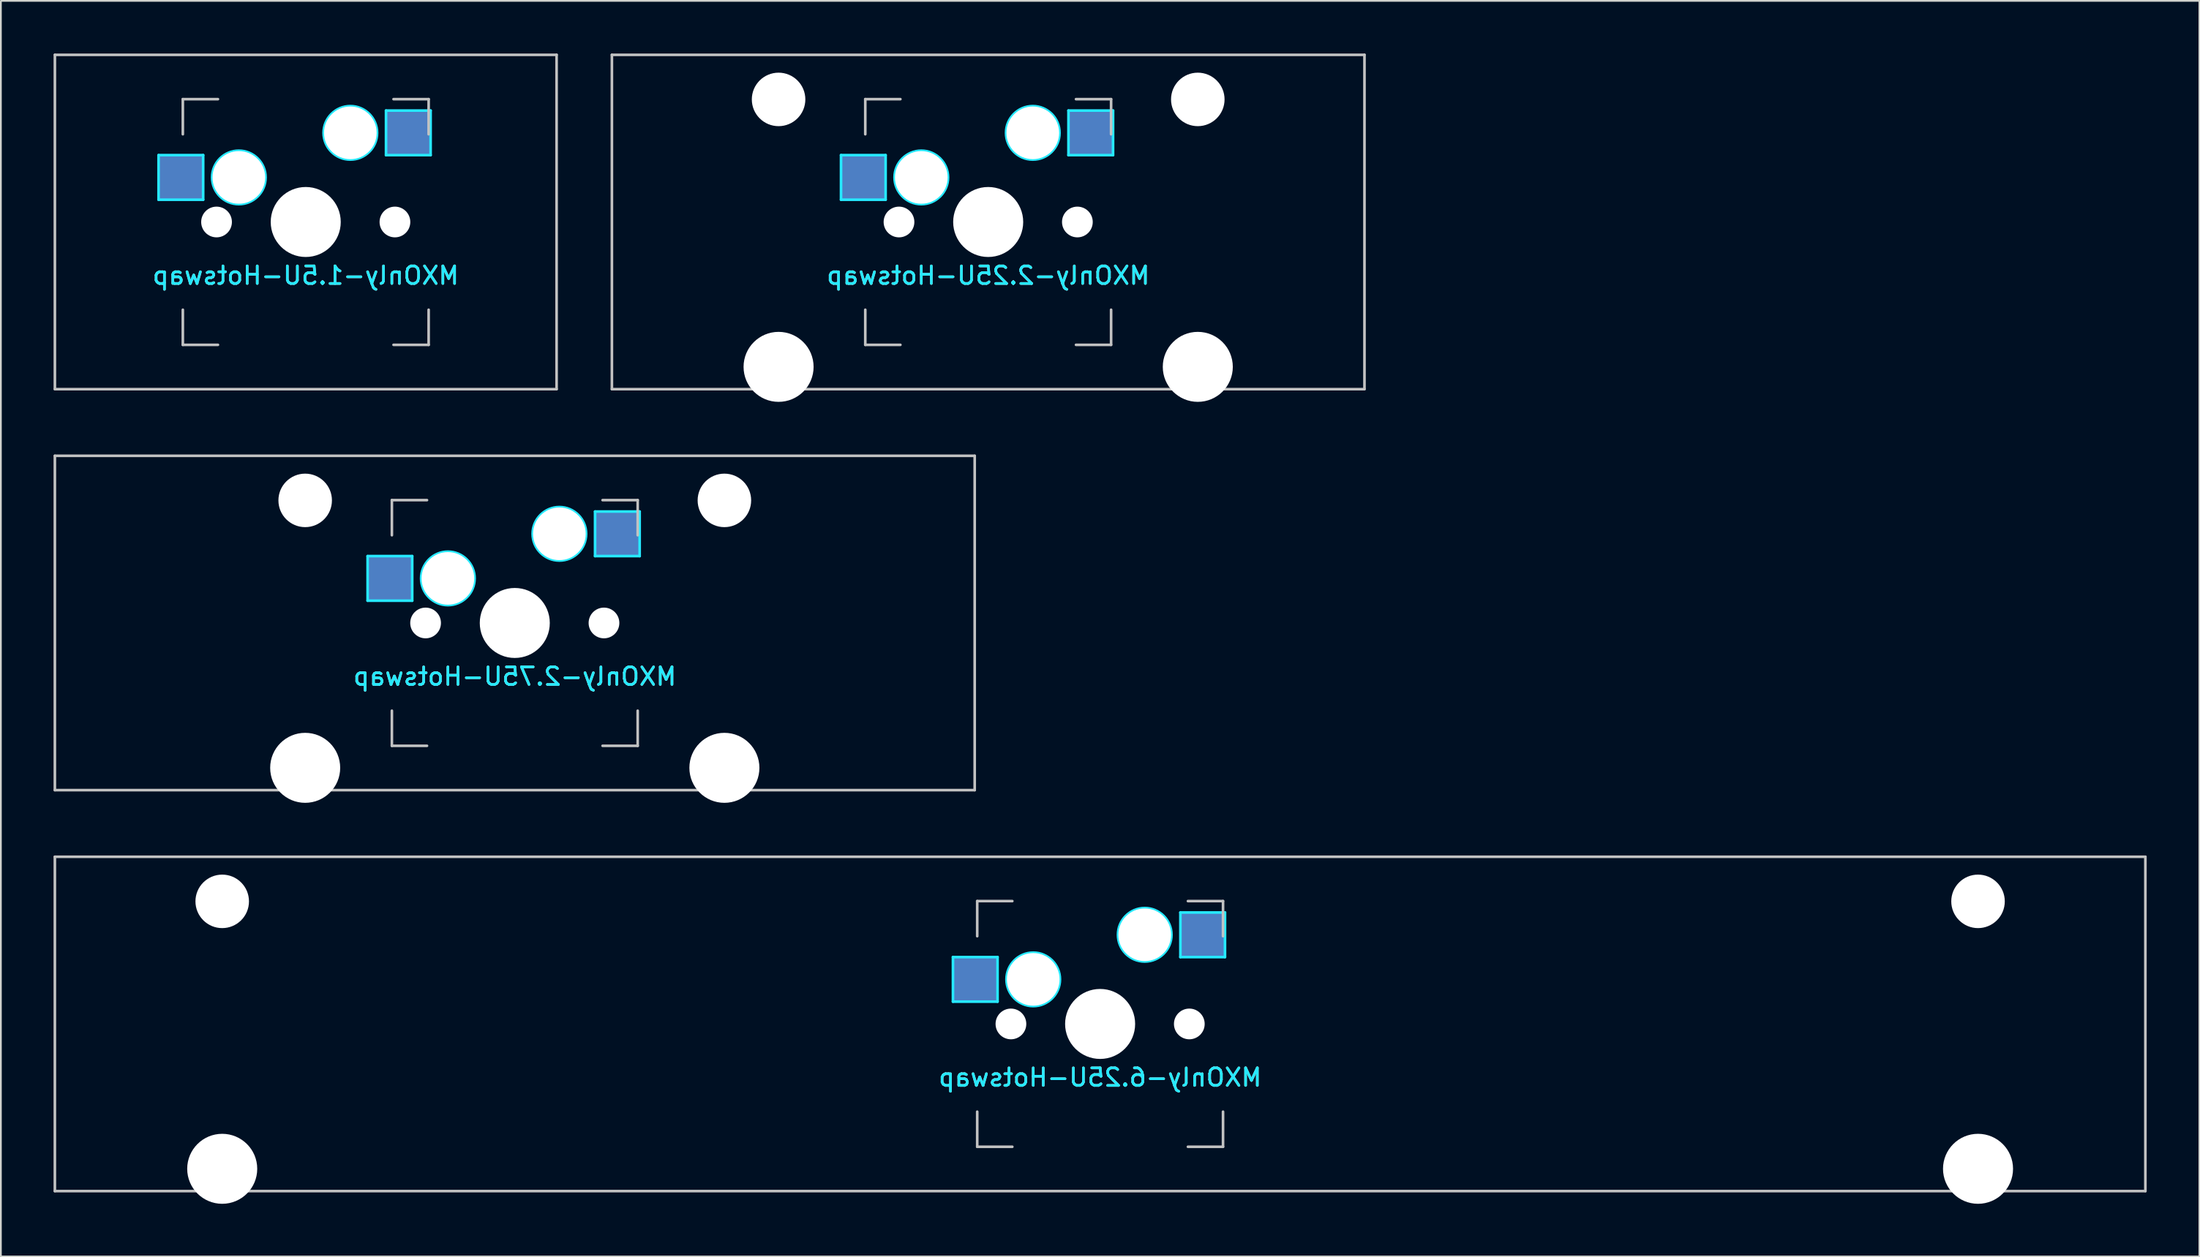
<source format=kicad_pcb>
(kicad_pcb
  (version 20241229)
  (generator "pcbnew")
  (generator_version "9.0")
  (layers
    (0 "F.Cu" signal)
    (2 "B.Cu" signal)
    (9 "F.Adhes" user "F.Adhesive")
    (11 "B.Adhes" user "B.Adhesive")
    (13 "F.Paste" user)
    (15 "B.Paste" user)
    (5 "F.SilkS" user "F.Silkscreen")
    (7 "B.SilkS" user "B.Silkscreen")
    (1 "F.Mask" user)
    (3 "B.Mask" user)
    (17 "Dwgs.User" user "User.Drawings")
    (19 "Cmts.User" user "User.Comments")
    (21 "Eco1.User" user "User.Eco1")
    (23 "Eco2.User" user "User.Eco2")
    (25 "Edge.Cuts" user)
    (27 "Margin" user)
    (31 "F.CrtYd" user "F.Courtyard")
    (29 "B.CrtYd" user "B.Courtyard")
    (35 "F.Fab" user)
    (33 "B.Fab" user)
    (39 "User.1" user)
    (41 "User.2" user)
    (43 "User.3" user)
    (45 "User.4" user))
  (footprint "MXOnly-6.25U-Hotswap"
    (layer "F.Cu")
    (at 59.606 55.298)
    (property "Reference" "MXOnly-6.25U-Hotswap" (at 0 3.048 0) (layer "B.CrtYd") (effects (font (size 1 1) (thickness 0.15)) (justify mirror)))
    (attr smd)
    (fp_line (start -59.531 -9.525) (end 59.531 -9.525) (stroke (width 0.15) (type solid)) (layer "Dwgs.User"))
    (fp_line (start -59.531 9.525) (end -59.531 -9.525) (stroke (width 0.15) (type solid)) (layer "Dwgs.User"))
    (fp_line (start -7 -7) (end -7 -5) (stroke (width 0.15) (type solid)) (layer "Dwgs.User"))
    (fp_line (start -7 5) (end -7 7) (stroke (width 0.15) (type solid)) (layer "Dwgs.User"))
    (fp_line (start -7 7) (end -5 7) (stroke (width 0.15) (type solid)) (layer "Dwgs.User"))
    (fp_line (start -5 -7) (end -7 -7) (stroke (width 0.15) (type solid)) (layer "Dwgs.User"))
    (fp_line (start 5 -7) (end 7 -7) (stroke (width 0.15) (type solid)) (layer "Dwgs.User"))
    (fp_line (start 5 7) (end 7 7) (stroke (width 0.15) (type solid)) (layer "Dwgs.User"))
    (fp_line (start 7 -7) (end 7 -5) (stroke (width 0.15) (type solid)) (layer "Dwgs.User"))
    (fp_line (start 7 7) (end 7 5) (stroke (width 0.15) (type solid)) (layer "Dwgs.User"))
    (fp_line (start 59.531 -9.525) (end 59.531 9.525) (stroke (width 0.15) (type solid)) (layer "Dwgs.User"))
    (fp_line (start 59.531 9.525) (end -59.531 9.525) (stroke (width 0.15) (type solid)) (layer "Dwgs.User"))
    (fp_line (start -8.382 -3.81) (end -5.842 -3.81) (stroke (width 0.15) (type solid)) (layer "B.CrtYd"))
    (fp_line (start -8.382 -1.27) (end -8.382 -3.81) (stroke (width 0.15) (type solid)) (layer "B.CrtYd"))
    (fp_line (start -5.842 -3.81) (end -5.842 -1.27) (stroke (width 0.15) (type solid)) (layer "B.CrtYd"))
    (fp_line (start -5.842 -1.27) (end -8.382 -1.27) (stroke (width 0.15) (type solid)) (layer "B.CrtYd"))
    (fp_line (start 4.572 -6.35) (end 7.112 -6.35) (stroke (width 0.15) (type solid)) (layer "B.CrtYd"))
    (fp_line (start 4.572 -3.81) (end 4.572 -6.35) (stroke (width 0.15) (type solid)) (layer "B.CrtYd"))
    (fp_line (start 7.112 -6.35) (end 7.112 -3.81) (stroke (width 0.15) (type solid)) (layer "B.CrtYd"))
    (fp_line (start 7.112 -3.81) (end 4.572 -3.81) (stroke (width 0.15) (type solid)) (layer "B.CrtYd"))
    (fp_circle (center -3.81 -2.54) (end -3.81 -4.064) (stroke (width 0.15) (type solid)) (fill no) (layer "B.CrtYd"))
    (fp_circle (center 2.54 -5.08) (end 2.54 -6.604) (stroke (width 0.15) (type solid)) (fill no) (layer "B.CrtYd"))
    (fp_text user "${REFERENCE}" (at 0 3.048 0) (layer "B.SilkS") (effects (font (size 1 1) (thickness 0.15)) (justify mirror)))
    (pad "" np_thru_hole circle (at -50 -6.985) (size 3.048 3.048) (drill 3.048) (layers "*.Cu" "*.Mask"))
    (pad "" np_thru_hole circle (at -50 8.255) (size 3.988 3.988) (drill 3.988) (layers "*.Cu" "*.Mask"))
    (pad "" np_thru_hole circle (at -5.08 0 48.1) (size 1.75 1.75) (drill 1.75) (layers "*.Cu" "*.Mask"))
    (pad "" np_thru_hole circle (at -3.81 -2.54) (size 3 3) (drill 3) (layers "*.Cu" "*.Mask"))
    (pad "" np_thru_hole circle (at 0 0) (size 3.988 3.988) (drill 3.988) (layers "*.Cu" "*.Mask"))
    (pad "" np_thru_hole circle (at 2.54 -5.08) (size 3 3) (drill 3) (layers "*.Cu" "*.Mask"))
    (pad "" np_thru_hole circle (at 5.08 0 48.1) (size 1.75 1.75) (drill 1.75) (layers "*.Cu" "*.Mask"))
    (pad "" np_thru_hole circle (at 50 -6.985) (size 3.048 3.048) (drill 3.048) (layers "*.Cu" "*.Mask"))
    (pad "" np_thru_hole circle (at 50 8.255) (size 3.988 3.988) (drill 3.988) (layers "*.Cu" "*.Mask"))
    (pad "1" smd rect (at -7.085 -2.54) (size 2.55 2.5) (layers "B.Cu" "B.Mask" "B.Paste"))
    (pad "2" smd rect (at 5.842 -5.08) (size 2.55 2.5) (layers "B.Cu" "B.Mask" "B.Paste")))
  (footprint "MXOnly-2.25U-Hotswap"
    (layer "F.Cu")
    (at 53.231 9.6)
    (property "Reference" "MXOnly-2.25U-Hotswap" (at 0 3.048 0) (layer "B.CrtYd") (effects (font (size 1 1) (thickness 0.15)) (justify mirror)))
    (attr smd)
    (fp_line (start -21.431 -9.525) (end 21.431 -9.525) (stroke (width 0.15) (type solid)) (layer "Dwgs.User"))
    (fp_line (start -21.431 9.525) (end -21.431 -9.525) (stroke (width 0.15) (type solid)) (layer "Dwgs.User"))
    (fp_line (start -7 -7) (end -7 -5) (stroke (width 0.15) (type solid)) (layer "Dwgs.User"))
    (fp_line (start -7 5) (end -7 7) (stroke (width 0.15) (type solid)) (layer "Dwgs.User"))
    (fp_line (start -7 7) (end -5 7) (stroke (width 0.15) (type solid)) (layer "Dwgs.User"))
    (fp_line (start -5 -7) (end -7 -7) (stroke (width 0.15) (type solid)) (layer "Dwgs.User"))
    (fp_line (start 5 -7) (end 7 -7) (stroke (width 0.15) (type solid)) (layer "Dwgs.User"))
    (fp_line (start 5 7) (end 7 7) (stroke (width 0.15) (type solid)) (layer "Dwgs.User"))
    (fp_line (start 7 -7) (end 7 -5) (stroke (width 0.15) (type solid)) (layer "Dwgs.User"))
    (fp_line (start 7 7) (end 7 5) (stroke (width 0.15) (type solid)) (layer "Dwgs.User"))
    (fp_line (start 21.431 -9.525) (end 21.431 9.525) (stroke (width 0.15) (type solid)) (layer "Dwgs.User"))
    (fp_line (start 21.431 9.525) (end -21.431 9.525) (stroke (width 0.15) (type solid)) (layer "Dwgs.User"))
    (fp_line (start -8.382 -3.81) (end -5.842 -3.81) (stroke (width 0.15) (type solid)) (layer "B.CrtYd"))
    (fp_line (start -8.382 -1.27) (end -8.382 -3.81) (stroke (width 0.15) (type solid)) (layer "B.CrtYd"))
    (fp_line (start -5.842 -3.81) (end -5.842 -1.27) (stroke (width 0.15) (type solid)) (layer "B.CrtYd"))
    (fp_line (start -5.842 -1.27) (end -8.382 -1.27) (stroke (width 0.15) (type solid)) (layer "B.CrtYd"))
    (fp_line (start 4.572 -6.35) (end 7.112 -6.35) (stroke (width 0.15) (type solid)) (layer "B.CrtYd"))
    (fp_line (start 4.572 -3.81) (end 4.572 -6.35) (stroke (width 0.15) (type solid)) (layer "B.CrtYd"))
    (fp_line (start 7.112 -6.35) (end 7.112 -3.81) (stroke (width 0.15) (type solid)) (layer "B.CrtYd"))
    (fp_line (start 7.112 -3.81) (end 4.572 -3.81) (stroke (width 0.15) (type solid)) (layer "B.CrtYd"))
    (fp_circle (center -3.81 -2.54) (end -3.81 -4.064) (stroke (width 0.15) (type solid)) (fill no) (layer "B.CrtYd"))
    (fp_circle (center 2.54 -5.08) (end 2.54 -6.604) (stroke (width 0.15) (type solid)) (fill no) (layer "B.CrtYd"))
    (fp_text user "${REFERENCE}" (at 0 3.048 0) (layer "B.SilkS") (effects (font (size 1 1) (thickness 0.15)) (justify mirror)))
    (pad "" np_thru_hole circle (at -11.938 -6.985) (size 3.048 3.048) (drill 3.048) (layers "*.Cu" "*.Mask"))
    (pad "" np_thru_hole circle (at -11.938 8.255) (size 3.988 3.988) (drill 3.988) (layers "*.Cu" "*.Mask"))
    (pad "" np_thru_hole circle (at -5.08 0 48.1) (size 1.75 1.75) (drill 1.75) (layers "*.Cu" "*.Mask"))
    (pad "" np_thru_hole circle (at -3.81 -2.54) (size 3 3) (drill 3) (layers "*.Cu" "*.Mask"))
    (pad "" np_thru_hole circle (at 0 0) (size 3.988 3.988) (drill 3.988) (layers "*.Cu" "*.Mask"))
    (pad "" np_thru_hole circle (at 2.54 -5.08) (size 3 3) (drill 3) (layers "*.Cu" "*.Mask"))
    (pad "" np_thru_hole circle (at 5.08 0 48.1) (size 1.75 1.75) (drill 1.75) (layers "*.Cu" "*.Mask"))
    (pad "" np_thru_hole circle (at 11.938 -6.985) (size 3.048 3.048) (drill 3.048) (layers "*.Cu" "*.Mask"))
    (pad "" np_thru_hole circle (at 11.938 8.255) (size 3.988 3.988) (drill 3.988) (layers "*.Cu" "*.Mask"))
    (pad "1" smd rect (at -7.085 -2.54) (size 2.55 2.5) (layers "B.Cu" "B.Mask" "B.Paste"))
    (pad "2" smd rect (at 5.842 -5.08) (size 2.55 2.5) (layers "B.Cu" "B.Mask" "B.Paste")))
  (footprint "MXOnly-2.75U-Hotswap"
    (layer "F.Cu")
    (at 26.269 32.449)
    (property "Reference" "MXOnly-2.75U-Hotswap" (at 0 3.048 0) (layer "B.CrtYd") (effects (font (size 1 1) (thickness 0.15)) (justify mirror)))
    (attr smd)
    (fp_line (start -26.194 -9.525) (end 26.194 -9.525) (stroke (width 0.15) (type solid)) (layer "Dwgs.User"))
    (fp_line (start -26.194 9.525) (end -26.194 -9.525) (stroke (width 0.15) (type solid)) (layer "Dwgs.User"))
    (fp_line (start -7 -7) (end -7 -5) (stroke (width 0.15) (type solid)) (layer "Dwgs.User"))
    (fp_line (start -7 5) (end -7 7) (stroke (width 0.15) (type solid)) (layer "Dwgs.User"))
    (fp_line (start -7 7) (end -5 7) (stroke (width 0.15) (type solid)) (layer "Dwgs.User"))
    (fp_line (start -5 -7) (end -7 -7) (stroke (width 0.15) (type solid)) (layer "Dwgs.User"))
    (fp_line (start 5 -7) (end 7 -7) (stroke (width 0.15) (type solid)) (layer "Dwgs.User"))
    (fp_line (start 5 7) (end 7 7) (stroke (width 0.15) (type solid)) (layer "Dwgs.User"))
    (fp_line (start 7 -7) (end 7 -5) (stroke (width 0.15) (type solid)) (layer "Dwgs.User"))
    (fp_line (start 7 7) (end 7 5) (stroke (width 0.15) (type solid)) (layer "Dwgs.User"))
    (fp_line (start 26.194 -9.525) (end 26.194 9.525) (stroke (width 0.15) (type solid)) (layer "Dwgs.User"))
    (fp_line (start 26.194 9.525) (end -26.194 9.525) (stroke (width 0.15) (type solid)) (layer "Dwgs.User"))
    (fp_line (start -8.382 -3.81) (end -5.842 -3.81) (stroke (width 0.15) (type solid)) (layer "B.CrtYd"))
    (fp_line (start -8.382 -1.27) (end -8.382 -3.81) (stroke (width 0.15) (type solid)) (layer "B.CrtYd"))
    (fp_line (start -5.842 -3.81) (end -5.842 -1.27) (stroke (width 0.15) (type solid)) (layer "B.CrtYd"))
    (fp_line (start -5.842 -1.27) (end -8.382 -1.27) (stroke (width 0.15) (type solid)) (layer "B.CrtYd"))
    (fp_line (start 4.572 -6.35) (end 7.112 -6.35) (stroke (width 0.15) (type solid)) (layer "B.CrtYd"))
    (fp_line (start 4.572 -3.81) (end 4.572 -6.35) (stroke (width 0.15) (type solid)) (layer "B.CrtYd"))
    (fp_line (start 7.112 -6.35) (end 7.112 -3.81) (stroke (width 0.15) (type solid)) (layer "B.CrtYd"))
    (fp_line (start 7.112 -3.81) (end 4.572 -3.81) (stroke (width 0.15) (type solid)) (layer "B.CrtYd"))
    (fp_circle (center -3.81 -2.54) (end -3.81 -4.064) (stroke (width 0.15) (type solid)) (fill no) (layer "B.CrtYd"))
    (fp_circle (center 2.54 -5.08) (end 2.54 -6.604) (stroke (width 0.15) (type solid)) (fill no) (layer "B.CrtYd"))
    (fp_text user "${REFERENCE}" (at 0 3.048 0) (layer "B.SilkS") (effects (font (size 1 1) (thickness 0.15)) (justify mirror)))
    (pad "" np_thru_hole circle (at -11.938 -6.985) (size 3.048 3.048) (drill 3.048) (layers "*.Cu" "*.Mask"))
    (pad "" np_thru_hole circle (at -11.938 8.255) (size 3.988 3.988) (drill 3.988) (layers "*.Cu" "*.Mask"))
    (pad "" np_thru_hole circle (at -5.08 0 48.1) (size 1.75 1.75) (drill 1.75) (layers "*.Cu" "*.Mask"))
    (pad "" np_thru_hole circle (at -3.81 -2.54) (size 3 3) (drill 3) (layers "*.Cu" "*.Mask"))
    (pad "" np_thru_hole circle (at 0 0) (size 3.988 3.988) (drill 3.988) (layers "*.Cu" "*.Mask"))
    (pad "" np_thru_hole circle (at 2.54 -5.08) (size 3 3) (drill 3) (layers "*.Cu" "*.Mask"))
    (pad "" np_thru_hole circle (at 5.08 0 48.1) (size 1.75 1.75) (drill 1.75) (layers "*.Cu" "*.Mask"))
    (pad "" np_thru_hole circle (at 11.938 -6.985) (size 3.048 3.048) (drill 3.048) (layers "*.Cu" "*.Mask"))
    (pad "" np_thru_hole circle (at 11.938 8.255) (size 3.988 3.988) (drill 3.988) (layers "*.Cu" "*.Mask"))
    (pad "1" smd rect (at -7.085 -2.54) (size 2.55 2.5) (layers "B.Cu" "B.Mask" "B.Paste"))
    (pad "2" smd rect (at 5.842 -5.08) (size 2.55 2.5) (layers "B.Cu" "B.Mask" "B.Paste")))
  (footprint "MXOnly-1.5U-Hotswap"
    (layer "F.Cu")
    (at 14.363 9.6)
    (property "Reference" "MXOnly-1.5U-Hotswap" (at 0 3.048 0) (layer "B.CrtYd") (effects (font (size 1 1) (thickness 0.15)) (justify mirror)))
    (attr smd)
    (fp_line (start -14.287 -9.525) (end 14.287 -9.525) (stroke (width 0.15) (type solid)) (layer "Dwgs.User"))
    (fp_line (start -14.287 9.525) (end -14.287 -9.525) (stroke (width 0.15) (type solid)) (layer "Dwgs.User"))
    (fp_line (start -7 -7) (end -7 -5) (stroke (width 0.15) (type solid)) (layer "Dwgs.User"))
    (fp_line (start -7 5) (end -7 7) (stroke (width 0.15) (type solid)) (layer "Dwgs.User"))
    (fp_line (start -7 7) (end -5 7) (stroke (width 0.15) (type solid)) (layer "Dwgs.User"))
    (fp_line (start -5 -7) (end -7 -7) (stroke (width 0.15) (type solid)) (layer "Dwgs.User"))
    (fp_line (start 5 -7) (end 7 -7) (stroke (width 0.15) (type solid)) (layer "Dwgs.User"))
    (fp_line (start 5 7) (end 7 7) (stroke (width 0.15) (type solid)) (layer "Dwgs.User"))
    (fp_line (start 7 -7) (end 7 -5) (stroke (width 0.15) (type solid)) (layer "Dwgs.User"))
    (fp_line (start 7 7) (end 7 5) (stroke (width 0.15) (type solid)) (layer "Dwgs.User"))
    (fp_line (start 14.287 -9.525) (end 14.287 9.525) (stroke (width 0.15) (type solid)) (layer "Dwgs.User"))
    (fp_line (start 14.287 9.525) (end -14.287 9.525) (stroke (width 0.15) (type solid)) (layer "Dwgs.User"))
    (fp_line (start -8.382 -3.81) (end -5.842 -3.81) (stroke (width 0.15) (type solid)) (layer "B.CrtYd"))
    (fp_line (start -8.382 -1.27) (end -8.382 -3.81) (stroke (width 0.15) (type solid)) (layer "B.CrtYd"))
    (fp_line (start -5.842 -3.81) (end -5.842 -1.27) (stroke (width 0.15) (type solid)) (layer "B.CrtYd"))
    (fp_line (start -5.842 -1.27) (end -8.382 -1.27) (stroke (width 0.15) (type solid)) (layer "B.CrtYd"))
    (fp_line (start 4.572 -6.35) (end 7.112 -6.35) (stroke (width 0.15) (type solid)) (layer "B.CrtYd"))
    (fp_line (start 4.572 -3.81) (end 4.572 -6.35) (stroke (width 0.15) (type solid)) (layer "B.CrtYd"))
    (fp_line (start 7.112 -6.35) (end 7.112 -3.81) (stroke (width 0.15) (type solid)) (layer "B.CrtYd"))
    (fp_line (start 7.112 -3.81) (end 4.572 -3.81) (stroke (width 0.15) (type solid)) (layer "B.CrtYd"))
    (fp_circle (center -3.81 -2.54) (end -3.81 -4.064) (stroke (width 0.15) (type solid)) (fill no) (layer "B.CrtYd"))
    (fp_circle (center 2.54 -5.08) (end 2.54 -6.604) (stroke (width 0.15) (type solid)) (fill no) (layer "B.CrtYd"))
    (fp_text user "${REFERENCE}" (at 0 3.048 0) (layer "B.SilkS") (effects (font (size 1 1) (thickness 0.15)) (justify mirror)))
    (pad "" np_thru_hole circle (at -5.08 0 48.1) (size 1.75 1.75) (drill 1.75) (layers "*.Cu" "*.Mask"))
    (pad "" np_thru_hole circle (at -3.81 -2.54) (size 3 3) (drill 3) (layers "*.Cu" "*.Mask"))
    (pad "" np_thru_hole circle (at 0 0) (size 3.988 3.988) (drill 3.988) (layers "*.Cu" "*.Mask"))
    (pad "" np_thru_hole circle (at 2.54 -5.08) (size 3 3) (drill 3) (layers "*.Cu" "*.Mask"))
    (pad "" np_thru_hole circle (at 5.08 0 48.1) (size 1.75 1.75) (drill 1.75) (layers "*.Cu" "*.Mask"))
    (pad "1" smd rect (at -7.085 -2.54) (size 2.55 2.5) (layers "B.Cu" "B.Mask" "B.Paste"))
    (pad "2" smd rect (at 5.842 -5.08) (size 2.55 2.5) (layers "B.Cu" "B.Mask" "B.Paste")))
  (gr_rect
    (start -3 -3)
    (end 122.213 68.547)
    (stroke (width 0.1) (type default))
    (fill no)
    (layer "Edge.Cuts")))
</source>
